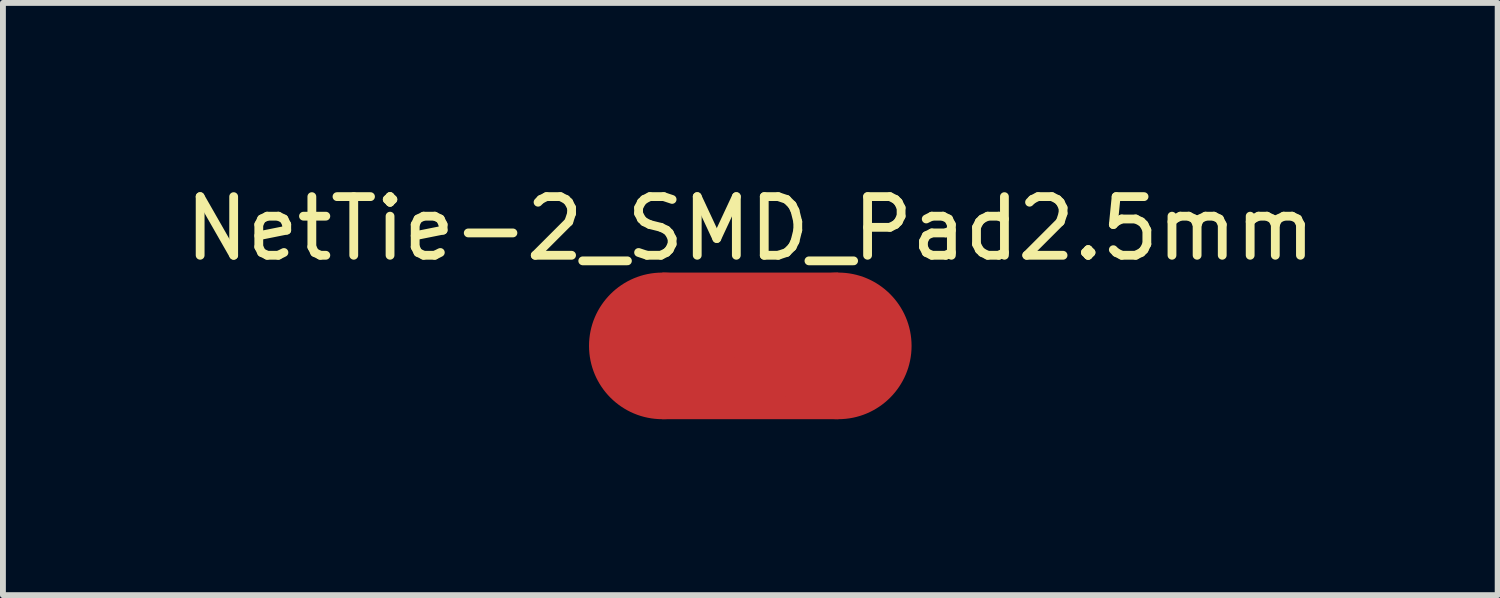
<source format=kicad_pcb>
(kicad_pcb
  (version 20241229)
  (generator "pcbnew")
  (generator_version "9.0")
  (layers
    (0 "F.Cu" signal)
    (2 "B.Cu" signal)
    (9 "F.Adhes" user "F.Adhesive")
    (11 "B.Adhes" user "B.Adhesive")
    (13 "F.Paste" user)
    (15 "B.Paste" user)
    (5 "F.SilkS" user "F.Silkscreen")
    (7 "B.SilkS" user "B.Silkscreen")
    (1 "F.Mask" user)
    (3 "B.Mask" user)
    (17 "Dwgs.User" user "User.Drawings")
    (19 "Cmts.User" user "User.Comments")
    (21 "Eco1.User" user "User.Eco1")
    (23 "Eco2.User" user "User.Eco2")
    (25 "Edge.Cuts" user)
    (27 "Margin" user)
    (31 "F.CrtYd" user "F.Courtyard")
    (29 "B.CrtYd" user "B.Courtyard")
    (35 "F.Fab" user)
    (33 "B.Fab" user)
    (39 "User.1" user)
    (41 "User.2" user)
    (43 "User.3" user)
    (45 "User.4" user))
  (footprint "NetTie-2_SMD_Pad2.5mm"
    (layer "F.Cu")
    (at 9.744 2.848)
    (property "Reference" "NetTie-2_SMD_Pad2.5mm" (at 0 -2 0) (layer "F.SilkS") (effects (font (size 1 1) (thickness 0.15))))
    (attr exclude_from_pos_files exclude_from_bom allow_missing_courtyard)
    (fp_poly (pts (xy -1.5 -1.25) (xy 1.5 -1.25) (xy 1.5 1.25) (xy -1.5 1.25)) (stroke (width 0) (type solid)) (fill yes) (layer "F.Cu"))
    (pad "1" smd circle (at -1.5 0) (size 2.5 2.5) (layers "F.Cu"))
    (pad "2" smd circle (at 1.5 0) (size 2.5 2.5) (layers "F.Cu")))
  (gr_rect
    (start -3 -3)
    (end 22.488 7.098)
    (stroke (width 0.1) (type default))
    (fill no)
    (layer "Edge.Cuts")))
</source>
